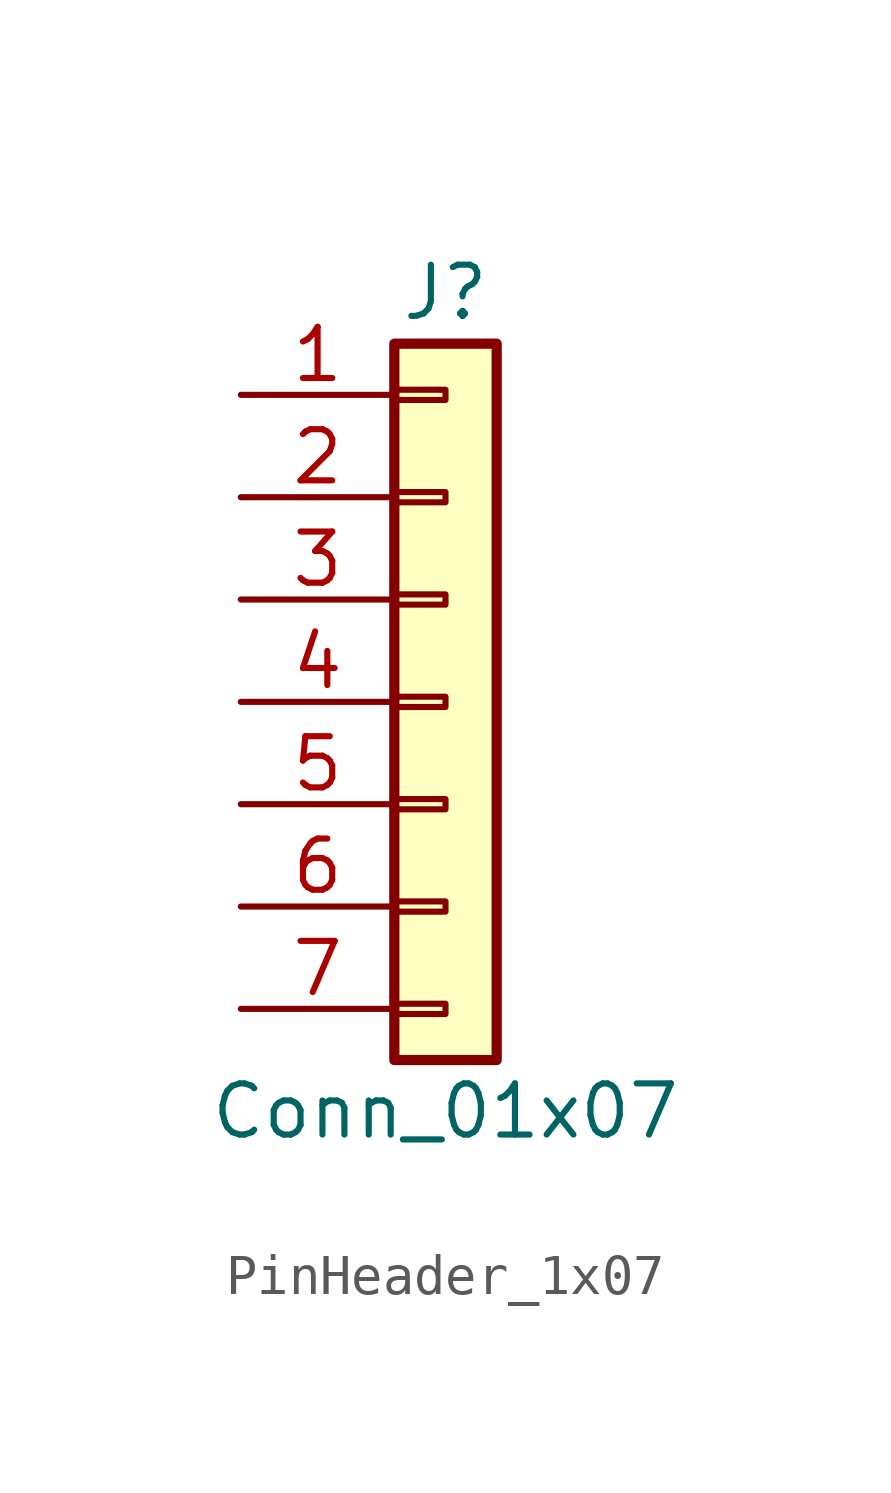
<source format=kicad_sym>
(kicad_symbol_lib
  (version 20220914)
  (generator kicad_symbol_editor)
  (symbol "PinHeader_1x07"
    (pin_names
      (offset 1.016) hide)
    (property "Reference" "J"
      (at 0 10.16 0)
      (effects (font (size 1.27 1.27))))
    (property "Value" "Conn_01x07"
      (at 0 -10.16 0)
      (effects (font (size 1.27 1.27))))
    (property "LCSC" ""
      (at 0 0 0)
      (effects (font (size 1.27 1.27))))
    (property "Manufacturer PN" ""
      (at 0 0 0)
      (effects (font (size 1.27 1.27))))
    (property "Silkscreen" ""
      (at 0 0 0)
      (effects (font (size 1.27 1.27))))
    (symbol "PinHeader_1x07_1_1"
      (rectangle (start -1.27 -7.493) (end 0 -7.747) (stroke (width 0.152) (type default)) (fill (type none)))
      (rectangle (start -1.27 -4.953) (end 0 -5.207) (stroke (width 0.152) (type default)) (fill (type none)))
      (rectangle (start -1.27 -2.413) (end 0 -2.667) (stroke (width 0.152) (type default)) (fill (type none)))
      (rectangle (start -1.27 0.127) (end 0 -0.127) (stroke (width 0.152) (type default)) (fill (type none)))
      (rectangle (start -1.27 2.667) (end 0 2.413) (stroke (width 0.152) (type default)) (fill (type none)))
      (rectangle (start -1.27 5.207) (end 0 4.953) (stroke (width 0.152) (type default)) (fill (type none)))
      (rectangle (start -1.27 7.747) (end 0 7.493) (stroke (width 0.152) (type default)) (fill (type none)))
      (rectangle (start -1.27 8.89) (end 1.27 -8.89) (stroke (width 0.254) (type default)) (fill (type background)))
      (pin passive line (at -5.08 7.62 0) (length 3.81) (name "Pin_1" (effects (font (size 1.27 1.27)))) (number "1" (effects (font (size 1.27 1.27)))))
      (pin passive line (at -5.08 5.08 0) (length 3.81) (name "Pin_2" (effects (font (size 1.27 1.27)))) (number "2" (effects (font (size 1.27 1.27)))))
      (pin passive line (at -5.08 2.54 0) (length 3.81) (name "Pin_3" (effects (font (size 1.27 1.27)))) (number "3" (effects (font (size 1.27 1.27)))))
      (pin passive line (at -5.08 0 0) (length 3.81) (name "Pin_4" (effects (font (size 1.27 1.27)))) (number "4" (effects (font (size 1.27 1.27)))))
      (pin passive line (at -5.08 -2.54 0) (length 3.81) (name "Pin_5" (effects (font (size 1.27 1.27)))) (number "5" (effects (font (size 1.27 1.27)))))
      (pin passive line (at -5.08 -5.08 0) (length 3.81) (name "Pin_6" (effects (font (size 1.27 1.27)))) (number "6" (effects (font (size 1.27 1.27)))))
      (pin passive line (at -5.08 -7.62 0) (length 3.81) (name "Pin_7" (effects (font (size 1.27 1.27)))) (number "7" (effects (font (size 1.27 1.27))))))))
</source>
